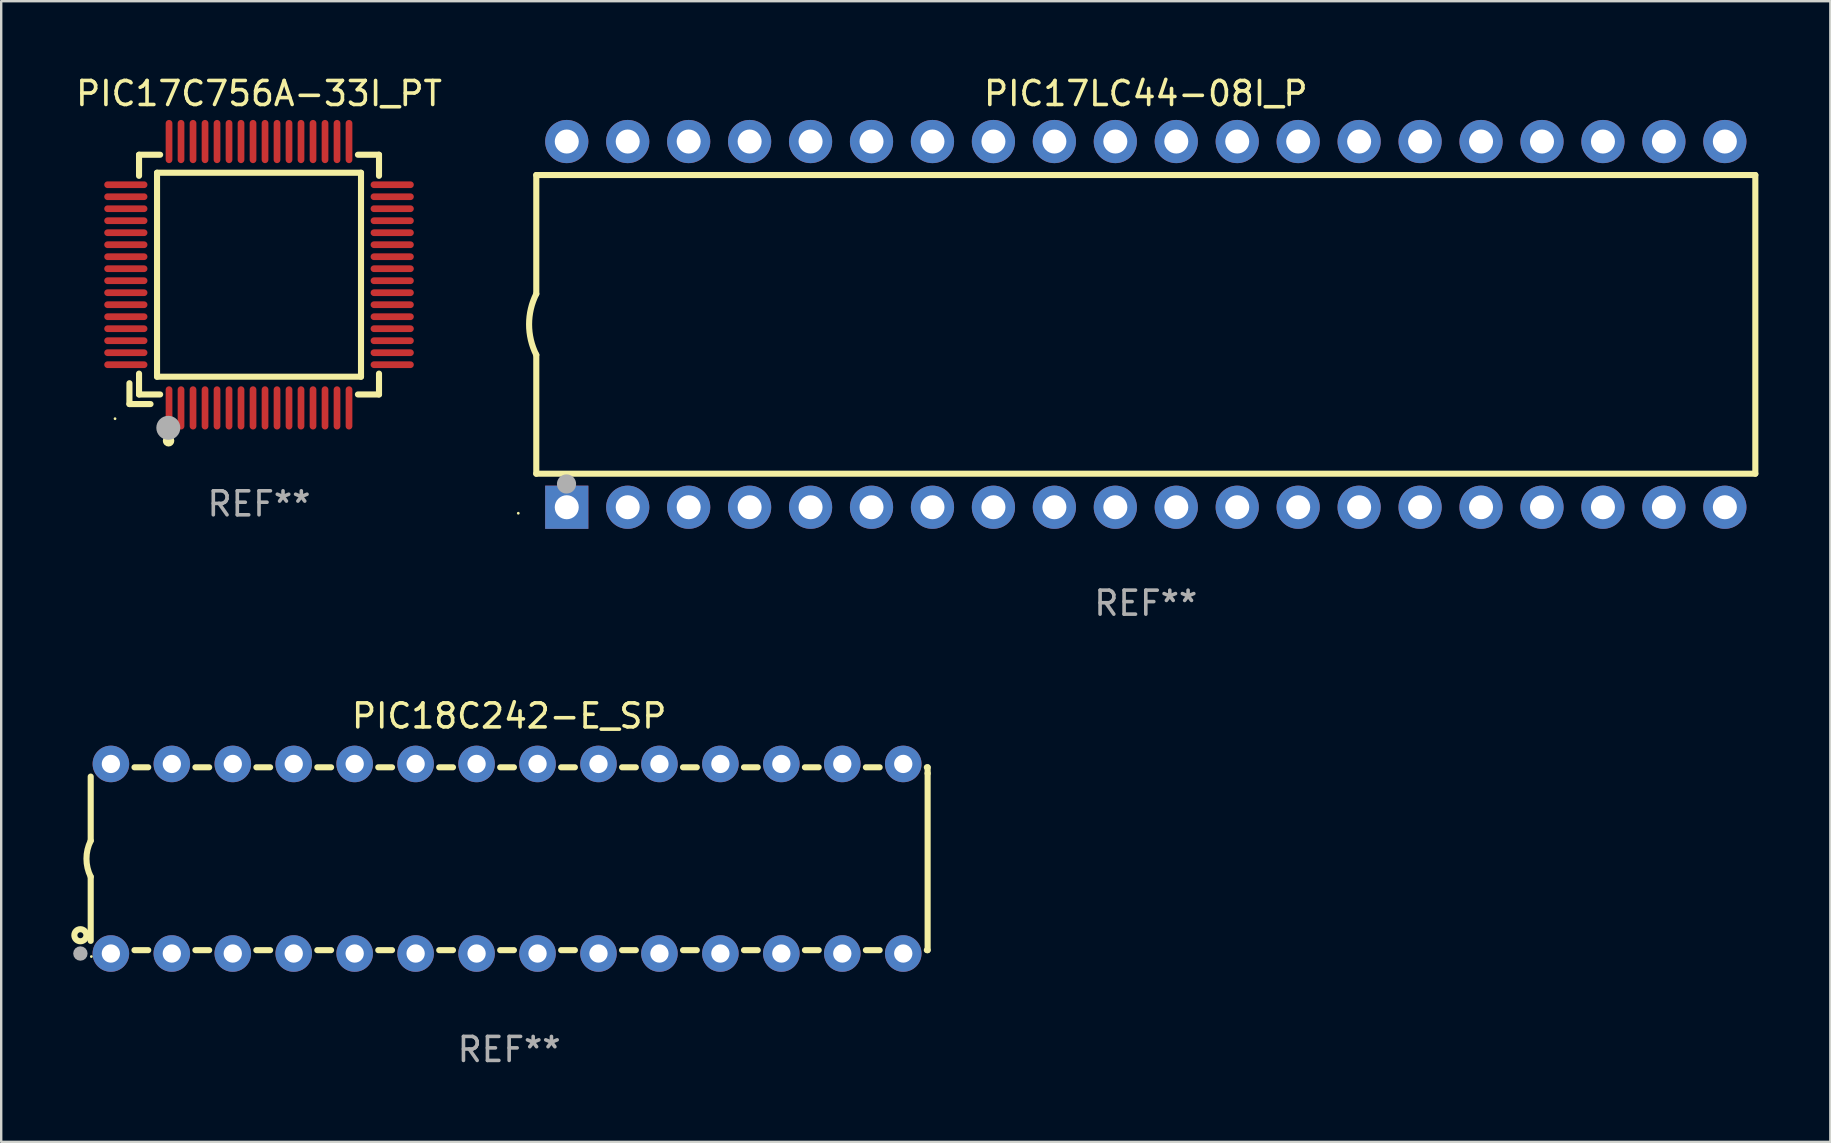
<source format=kicad_pcb>
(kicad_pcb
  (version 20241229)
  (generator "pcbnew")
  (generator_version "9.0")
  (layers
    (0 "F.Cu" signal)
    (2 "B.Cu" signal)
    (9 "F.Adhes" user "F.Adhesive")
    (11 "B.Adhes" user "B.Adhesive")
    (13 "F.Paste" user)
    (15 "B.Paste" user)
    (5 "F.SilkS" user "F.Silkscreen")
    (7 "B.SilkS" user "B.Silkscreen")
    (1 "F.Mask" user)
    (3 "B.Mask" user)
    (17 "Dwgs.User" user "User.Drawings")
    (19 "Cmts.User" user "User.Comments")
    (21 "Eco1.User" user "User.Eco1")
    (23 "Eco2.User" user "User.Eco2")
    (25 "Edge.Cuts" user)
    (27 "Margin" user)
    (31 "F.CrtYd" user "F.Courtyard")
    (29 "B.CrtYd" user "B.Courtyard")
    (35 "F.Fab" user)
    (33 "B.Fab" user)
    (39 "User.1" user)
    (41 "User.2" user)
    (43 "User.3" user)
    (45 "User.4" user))
  (footprint "PIC17LC44-08I_P"
    (layer "F.Cu")
    (at 44.698 10.468)
    (property "Reference" "PIC17LC44-08I_P" (at 0 -9.62 0) (layer "F.SilkS") (effects (font (size 1 1) (thickness 0.15))))
    (attr through_hole)
    (fp_line (start -25.4 -6.224) (end -25.4 -1.271) (stroke (width 0.254) (type solid)) (layer "F.SilkS"))
    (fp_line (start -25.4 -6.224) (end 25.4 -6.224) (stroke (width 0.254) (type solid)) (layer "F.SilkS"))
    (fp_line (start -25.4 1.269) (end -25.4 6.222) (stroke (width 0.254) (type solid)) (layer "F.SilkS"))
    (fp_line (start -25.4 6.222) (end 25.4 6.222) (stroke (width 0.254) (type solid)) (layer "F.SilkS"))
    (fp_line (start 25.4 6.222) (end 25.4 -6.224) (stroke (width 0.254) (type solid)) (layer "F.SilkS"))
    (fp_arc (start -25.4 1.269241) (mid -25.699807 -0.000762) (end -25.4 -1.270765) (stroke (width 0.254001) (type solid)) (layer "F.SilkS"))
    (fp_circle (center -26.15 7.87) (end -26.12 7.87) (stroke (width 0.06) (type solid)) (fill no) (layer "F.SilkS"))
    (fp_circle (center -24.14 6.65) (end -23.94 6.65) (stroke (width 0.4) (type solid)) (fill no) (layer "F.Fab"))
    (fp_text user "REF**" (at 0 11.62 0) (layer "F.Fab") (effects (font (size 1 1) (thickness 0.15))))
    (pad "1" thru_hole rect (at -24.13 7.62 90) (size 1.8 1.8) (drill 1) (layers "*.Cu" "*.Mask"))
    (pad "2" thru_hole circle (at -21.59 7.62) (size 1.8 1.8) (drill 1) (layers "*.Cu" "*.Mask"))
    (pad "3" thru_hole circle (at -19.05 7.62) (size 1.8 1.8) (drill 1) (layers "*.Cu" "*.Mask"))
    (pad "4" thru_hole circle (at -16.51 7.62) (size 1.8 1.8) (drill 1) (layers "*.Cu" "*.Mask"))
    (pad "5" thru_hole circle (at -13.97 7.62) (size 1.8 1.8) (drill 1) (layers "*.Cu" "*.Mask"))
    (pad "6" thru_hole circle (at -11.43 7.62) (size 1.8 1.8) (drill 1) (layers "*.Cu" "*.Mask"))
    (pad "7" thru_hole circle (at -8.89 7.62) (size 1.8 1.8) (drill 1) (layers "*.Cu" "*.Mask"))
    (pad "8" thru_hole circle (at -6.35 7.62) (size 1.8 1.8) (drill 1) (layers "*.Cu" "*.Mask"))
    (pad "9" thru_hole circle (at -3.81 7.62) (size 1.8 1.8) (drill 1) (layers "*.Cu" "*.Mask"))
    (pad "10" thru_hole circle (at -1.27 7.62) (size 1.8 1.8) (drill 1) (layers "*.Cu" "*.Mask"))
    (pad "11" thru_hole circle (at 1.27 7.62) (size 1.8 1.8) (drill 1) (layers "*.Cu" "*.Mask"))
    (pad "12" thru_hole circle (at 3.81 7.62) (size 1.8 1.8) (drill 1) (layers "*.Cu" "*.Mask"))
    (pad "13" thru_hole circle (at 6.35 7.62) (size 1.8 1.8) (drill 1) (layers "*.Cu" "*.Mask"))
    (pad "14" thru_hole circle (at 8.89 7.62) (size 1.8 1.8) (drill 1) (layers "*.Cu" "*.Mask"))
    (pad "15" thru_hole circle (at 11.43 7.62) (size 1.8 1.8) (drill 1) (layers "*.Cu" "*.Mask"))
    (pad "16" thru_hole circle (at 13.97 7.62) (size 1.8 1.8) (drill 1) (layers "*.Cu" "*.Mask"))
    (pad "17" thru_hole circle (at 16.51 7.62) (size 1.8 1.8) (drill 1) (layers "*.Cu" "*.Mask"))
    (pad "18" thru_hole circle (at 19.05 7.62) (size 1.8 1.8) (drill 1) (layers "*.Cu" "*.Mask"))
    (pad "19" thru_hole circle (at 21.59 7.62) (size 1.8 1.8) (drill 1) (layers "*.Cu" "*.Mask"))
    (pad "20" thru_hole circle (at 24.13 7.62) (size 1.8 1.8) (drill 1) (layers "*.Cu" "*.Mask"))
    (pad "21" thru_hole circle (at 24.13 -7.62) (size 1.8 1.8) (drill 1) (layers "*.Cu" "*.Mask"))
    (pad "22" thru_hole circle (at 21.59 -7.62) (size 1.8 1.8) (drill 1) (layers "*.Cu" "*.Mask"))
    (pad "23" thru_hole circle (at 19.05 -7.62) (size 1.8 1.8) (drill 1) (layers "*.Cu" "*.Mask"))
    (pad "24" thru_hole circle (at 16.51 -7.62) (size 1.8 1.8) (drill 1) (layers "*.Cu" "*.Mask"))
    (pad "25" thru_hole circle (at 13.97 -7.62) (size 1.8 1.8) (drill 1) (layers "*.Cu" "*.Mask"))
    (pad "26" thru_hole circle (at 11.43 -7.62) (size 1.8 1.8) (drill 1) (layers "*.Cu" "*.Mask"))
    (pad "27" thru_hole circle (at 8.89 -7.62) (size 1.8 1.8) (drill 1) (layers "*.Cu" "*.Mask"))
    (pad "28" thru_hole circle (at 6.35 -7.62) (size 1.8 1.8) (drill 1) (layers "*.Cu" "*.Mask"))
    (pad "29" thru_hole circle (at 3.81 -7.62) (size 1.8 1.8) (drill 1) (layers "*.Cu" "*.Mask"))
    (pad "30" thru_hole circle (at 1.27 -7.62) (size 1.8 1.8) (drill 1) (layers "*.Cu" "*.Mask"))
    (pad "31" thru_hole circle (at -1.27 -7.62) (size 1.8 1.8) (drill 1) (layers "*.Cu" "*.Mask"))
    (pad "32" thru_hole circle (at -3.81 -7.62) (size 1.8 1.8) (drill 1) (layers "*.Cu" "*.Mask"))
    (pad "33" thru_hole circle (at -6.35 -7.62) (size 1.8 1.8) (drill 1) (layers "*.Cu" "*.Mask"))
    (pad "34" thru_hole circle (at -8.89 -7.62) (size 1.8 1.8) (drill 1) (layers "*.Cu" "*.Mask"))
    (pad "35" thru_hole circle (at -11.43 -7.62) (size 1.8 1.8) (drill 1) (layers "*.Cu" "*.Mask"))
    (pad "36" thru_hole circle (at -13.97 -7.62) (size 1.8 1.8) (drill 1) (layers "*.Cu" "*.Mask"))
    (pad "37" thru_hole circle (at -16.51 -7.62) (size 1.8 1.8) (drill 1) (layers "*.Cu" "*.Mask"))
    (pad "38" thru_hole circle (at -19.05 -7.62) (size 1.8 1.8) (drill 1) (layers "*.Cu" "*.Mask"))
    (pad "39" thru_hole circle (at -21.59 -7.62) (size 1.8 1.8) (drill 1) (layers "*.Cu" "*.Mask"))
    (pad "40" thru_hole circle (at -24.13 -7.62) (size 1.8 1.8) (drill 1) (layers "*.Cu" "*.Mask")))
  (footprint "PIC18C242-E_SP"
    (layer "F.Cu")
    (at 18.168 32.735)
    (property "Reference" "PIC18C242-E_SP" (at 0 -5.95 0) (layer "F.SilkS") (effects (font (size 1 1) (thickness 0.15))))
    (attr through_hole)
    (fp_line (start -17.438 0.75) (end -17.438 3.423) (stroke (width 0.254) (type solid)) (layer "F.SilkS"))
    (fp_line (start -17.438 -3.423) (end -17.438 -0.75) (stroke (width 0.254) (type solid)) (layer "F.SilkS"))
    (fp_line (start -15.615 3.81) (end -15.041 3.81) (stroke (width 0.254) (type solid)) (layer "F.SilkS"))
    (fp_line (start -15.041 -3.81) (end -15.614 -3.81) (stroke (width 0.254) (type solid)) (layer "F.SilkS"))
    (fp_line (start -13.075 3.81) (end -12.501 3.81) (stroke (width 0.254) (type solid)) (layer "F.SilkS"))
    (fp_line (start -12.501 -3.81) (end -13.074 -3.81) (stroke (width 0.254) (type solid)) (layer "F.SilkS"))
    (fp_line (start -10.535 3.81) (end -9.961 3.81) (stroke (width 0.254) (type solid)) (layer "F.SilkS"))
    (fp_line (start -9.961 -3.81) (end -10.534 -3.81) (stroke (width 0.254) (type solid)) (layer "F.SilkS"))
    (fp_line (start -7.995 3.81) (end -7.421 3.81) (stroke (width 0.254) (type solid)) (layer "F.SilkS"))
    (fp_line (start -7.421 -3.81) (end -7.995 -3.81) (stroke (width 0.254) (type solid)) (layer "F.SilkS"))
    (fp_line (start -5.455 3.81) (end -4.881 3.81) (stroke (width 0.254) (type solid)) (layer "F.SilkS"))
    (fp_line (start -4.881 -3.81) (end -5.455 -3.81) (stroke (width 0.254) (type solid)) (layer "F.SilkS"))
    (fp_line (start -2.915 3.81) (end -2.341 3.81) (stroke (width 0.254) (type solid)) (layer "F.SilkS"))
    (fp_line (start -2.341 -3.81) (end -2.915 -3.81) (stroke (width 0.254) (type solid)) (layer "F.SilkS"))
    (fp_line (start -0.375 3.81) (end 0.199 3.81) (stroke (width 0.254) (type solid)) (layer "F.SilkS"))
    (fp_line (start 0.199 -3.81) (end -0.375 -3.81) (stroke (width 0.254) (type solid)) (layer "F.SilkS"))
    (fp_line (start 2.165 3.81) (end 2.739 3.81) (stroke (width 0.254) (type solid)) (layer "F.SilkS"))
    (fp_line (start 2.739 -3.81) (end 2.165 -3.81) (stroke (width 0.254) (type solid)) (layer "F.SilkS"))
    (fp_line (start 4.705 3.81) (end 5.279 3.81) (stroke (width 0.254) (type solid)) (layer "F.SilkS"))
    (fp_line (start 5.279 -3.81) (end 4.705 -3.81) (stroke (width 0.254) (type solid)) (layer "F.SilkS"))
    (fp_line (start 7.245 3.81) (end 7.819 3.81) (stroke (width 0.254) (type solid)) (layer "F.SilkS"))
    (fp_line (start 7.819 -3.81) (end 7.245 -3.81) (stroke (width 0.254) (type solid)) (layer "F.SilkS"))
    (fp_line (start 9.785 3.81) (end 10.359 3.81) (stroke (width 0.254) (type solid)) (layer "F.SilkS"))
    (fp_line (start 10.359 -3.81) (end 9.785 -3.81) (stroke (width 0.254) (type solid)) (layer "F.SilkS"))
    (fp_line (start 12.325 3.81) (end 12.899 3.81) (stroke (width 0.254) (type solid)) (layer "F.SilkS"))
    (fp_line (start 12.899 -3.81) (end 12.325 -3.81) (stroke (width 0.254) (type solid)) (layer "F.SilkS"))
    (fp_line (start 14.865 3.81) (end 15.439 3.81) (stroke (width 0.254) (type solid)) (layer "F.SilkS"))
    (fp_line (start 15.439 -3.81) (end 14.865 -3.81) (stroke (width 0.254) (type solid)) (layer "F.SilkS"))
    (fp_line (start 17.405 3.81) (end 17.438 3.81) (stroke (width 0.254) (type solid)) (layer "F.SilkS"))
    (fp_line (start 17.438 -3.81) (end 17.405 -3.81) (stroke (width 0.254) (type solid)) (layer "F.SilkS"))
    (fp_line (start 17.438 -3.556) (end 17.438 -3.81) (stroke (width 0.254) (type solid)) (layer "F.SilkS"))
    (fp_line (start 17.438 3.81) (end 17.438 -3.556) (stroke (width 0.254) (type solid)) (layer "F.SilkS"))
    (fp_arc (start -17.437986 0.749657) (mid -17.614887 -0.000024) (end -17.437783 -0.749657) (stroke (width 0.254001) (type solid)) (layer "F.SilkS"))
    (fp_circle (center -17.868 3.188) (end -17.743 3.188) (stroke (width 0.254) (type solid)) (fill no) (layer "F.SilkS"))
    (fp_circle (center -17.411 4.077) (end -17.381 4.077) (stroke (width 0.06) (type solid)) (fill no) (layer "F.SilkS"))
    (fp_circle (center -17.868 3.95) (end -17.718 3.95) (stroke (width 0.3) (type solid)) (fill no) (layer "F.Fab"))
    (fp_text user "REF**" (at 0 7.95 0) (layer "F.Fab") (effects (font (size 1 1) (thickness 0.15))))
    (pad "1" thru_hole circle (at -16.598 3.95) (size 1.524 1.524) (drill 0.762) (layers "*.Cu" "*.Mask"))
    (pad "2" thru_hole circle (at -14.058 3.95) (size 1.524 1.524) (drill 0.762) (layers "*.Cu" "*.Mask"))
    (pad "3" thru_hole circle (at -11.518 3.95) (size 1.524 1.524) (drill 0.762) (layers "*.Cu" "*.Mask"))
    (pad "4" thru_hole circle (at -8.978 3.95) (size 1.524 1.524) (drill 0.762) (layers "*.Cu" "*.Mask"))
    (pad "5" thru_hole circle (at -6.438 3.95) (size 1.524 1.524) (drill 0.762) (layers "*.Cu" "*.Mask"))
    (pad "6" thru_hole circle (at -3.898 3.95) (size 1.524 1.524) (drill 0.762) (layers "*.Cu" "*.Mask"))
    (pad "7" thru_hole circle (at -1.358 3.95) (size 1.524 1.524) (drill 0.762) (layers "*.Cu" "*.Mask"))
    (pad "8" thru_hole circle (at 1.182 3.95) (size 1.524 1.524) (drill 0.762) (layers "*.Cu" "*.Mask"))
    (pad "9" thru_hole circle (at 3.722 3.95) (size 1.524 1.524) (drill 0.762) (layers "*.Cu" "*.Mask"))
    (pad "10" thru_hole circle (at 6.262 3.95) (size 1.524 1.524) (drill 0.762) (layers "*.Cu" "*.Mask"))
    (pad "11" thru_hole circle (at 8.802 3.95) (size 1.524 1.524) (drill 0.762) (layers "*.Cu" "*.Mask"))
    (pad "12" thru_hole circle (at 11.342 3.95) (size 1.524 1.524) (drill 0.762) (layers "*.Cu" "*.Mask"))
    (pad "13" thru_hole circle (at 13.882 3.95) (size 1.524 1.524) (drill 0.762) (layers "*.Cu" "*.Mask"))
    (pad "14" thru_hole circle (at 16.422 3.95) (size 1.524 1.524) (drill 0.762) (layers "*.Cu" "*.Mask"))
    (pad "15" thru_hole circle (at 16.422 -3.95) (size 1.524 1.524) (drill 0.762) (layers "*.Cu" "*.Mask"))
    (pad "16" thru_hole circle (at 13.882 -3.95) (size 1.524 1.524) (drill 0.762) (layers "*.Cu" "*.Mask"))
    (pad "17" thru_hole circle (at 11.342 -3.95) (size 1.524 1.524) (drill 0.762) (layers "*.Cu" "*.Mask"))
    (pad "18" thru_hole circle (at 8.802 -3.95) (size 1.524 1.524) (drill 0.762) (layers "*.Cu" "*.Mask"))
    (pad "19" thru_hole circle (at 6.262 -3.95) (size 1.524 1.524) (drill 0.762) (layers "*.Cu" "*.Mask"))
    (pad "20" thru_hole circle (at 3.722 -3.95) (size 1.524 1.524) (drill 0.762) (layers "*.Cu" "*.Mask"))
    (pad "21" thru_hole circle (at 1.182 -3.95) (size 1.524 1.524) (drill 0.762) (layers "*.Cu" "*.Mask"))
    (pad "22" thru_hole circle (at -1.358 -3.95) (size 1.524 1.524) (drill 0.762) (layers "*.Cu" "*.Mask"))
    (pad "23" thru_hole circle (at -3.898 -3.95) (size 1.524 1.524) (drill 0.762) (layers "*.Cu" "*.Mask"))
    (pad "24" thru_hole circle (at -6.438 -3.95) (size 1.524 1.524) (drill 0.762) (layers "*.Cu" "*.Mask"))
    (pad "25" thru_hole circle (at -8.978 -3.95) (size 1.524 1.524) (drill 0.762) (layers "*.Cu" "*.Mask"))
    (pad "26" thru_hole circle (at -11.517 -3.95) (size 1.524 1.524) (drill 0.762) (layers "*.Cu" "*.Mask"))
    (pad "27" thru_hole circle (at -14.057 -3.95) (size 1.524 1.524) (drill 0.762) (layers "*.Cu" "*.Mask"))
    (pad "28" thru_hole circle (at -16.597 -3.95) (size 1.524 1.524) (drill 0.762) (layers "*.Cu" "*.Mask")))
  (footprint "PIC17C756A-33I_PT"
    (layer "F.Cu")
    (at 7.744 8.398)
    (property "Reference" "PIC17C756A-33I_PT" (at 0 -7.55 0) (layer "F.SilkS") (effects (font (size 1 1) (thickness 0.15))))
    (attr through_hole)
    (fp_line (start -5.4 4.521) (end -5.4 5.39) (stroke (width 0.254) (type solid)) (layer "F.SilkS"))
    (fp_line (start -5.4 5.39) (end -4.521 5.39) (stroke (width 0.254) (type solid)) (layer "F.SilkS"))
    (fp_line (start -5 -5) (end -5 -4.121) (stroke (width 0.254) (type solid)) (layer "F.SilkS"))
    (fp_line (start -5 4.121) (end -5 4.99) (stroke (width 0.254) (type solid)) (layer "F.SilkS"))
    (fp_line (start -5 4.99) (end -4.121 4.99) (stroke (width 0.254) (type solid)) (layer "F.SilkS"))
    (fp_line (start -4.25 -4.25) (end -4.25 4.25) (stroke (width 0.254) (type solid)) (layer "F.SilkS"))
    (fp_line (start -4.25 4.25) (end 4.25 4.25) (stroke (width 0.254) (type solid)) (layer "F.SilkS"))
    (fp_line (start -4.121 -5) (end -5 -5) (stroke (width 0.254) (type solid)) (layer "F.SilkS"))
    (fp_line (start 4.121 4.99) (end 5 4.99) (stroke (width 0.254) (type solid)) (layer "F.SilkS"))
    (fp_line (start 4.25 -4.25) (end -4.25 -4.25) (stroke (width 0.254) (type solid)) (layer "F.SilkS"))
    (fp_line (start 4.25 4.25) (end 4.25 -4.25) (stroke (width 0.254) (type solid)) (layer "F.SilkS"))
    (fp_line (start 5 -5) (end 4.121 -5) (stroke (width 0.254) (type solid)) (layer "F.SilkS"))
    (fp_line (start 5 -4.121) (end 5 -5) (stroke (width 0.254) (type solid)) (layer "F.SilkS"))
    (fp_line (start 5 4.99) (end 5 4.121) (stroke (width 0.254) (type solid)) (layer "F.SilkS"))
    (fp_circle (center -6 6) (end -5.97 6) (stroke (width 0.06) (type solid)) (fill no) (layer "F.SilkS"))
    (fp_circle (center -3.77 6.92) (end -3.65 6.92) (stroke (width 0.24) (type solid)) (fill no) (layer "F.SilkS"))
    (fp_circle (center -3.78 6.38) (end -3.53 6.38) (stroke (width 0.5) (type solid)) (fill no) (layer "F.Fab"))
    (fp_text user "REF**" (at 0 9.55 0) (layer "F.Fab") (effects (font (size 1 1) (thickness 0.15))))
    (pad "1" smd oval (at -3.75 5.55) (size 0.28 1.8) (layers "F.Cu" "F.Mask" "F.Paste"))
    (pad "2" smd oval (at -3.25 5.55) (size 0.28 1.8) (layers "F.Cu" "F.Mask" "F.Paste"))
    (pad "3" smd oval (at -2.75 5.55) (size 0.28 1.8) (layers "F.Cu" "F.Mask" "F.Paste"))
    (pad "4" smd oval (at -2.25 5.55) (size 0.28 1.8) (layers "F.Cu" "F.Mask" "F.Paste"))
    (pad "5" smd oval (at -1.75 5.55) (size 0.28 1.8) (layers "F.Cu" "F.Mask" "F.Paste"))
    (pad "6" smd oval (at -1.25 5.55) (size 0.28 1.8) (layers "F.Cu" "F.Mask" "F.Paste"))
    (pad "7" smd oval (at -0.75 5.55) (size 0.28 1.8) (layers "F.Cu" "F.Mask" "F.Paste"))
    (pad "8" smd oval (at -0.25 5.55) (size 0.28 1.8) (layers "F.Cu" "F.Mask" "F.Paste"))
    (pad "9" smd oval (at 0.25 5.55) (size 0.28 1.8) (layers "F.Cu" "F.Mask" "F.Paste"))
    (pad "10" smd oval (at 0.75 5.55) (size 0.28 1.8) (layers "F.Cu" "F.Mask" "F.Paste"))
    (pad "11" smd oval (at 1.25 5.55) (size 0.28 1.8) (layers "F.Cu" "F.Mask" "F.Paste"))
    (pad "12" smd oval (at 1.75 5.55) (size 0.28 1.8) (layers "F.Cu" "F.Mask" "F.Paste"))
    (pad "13" smd oval (at 2.25 5.55) (size 0.28 1.8) (layers "F.Cu" "F.Mask" "F.Paste"))
    (pad "14" smd oval (at 2.75 5.55) (size 0.28 1.8) (layers "F.Cu" "F.Mask" "F.Paste"))
    (pad "15" smd oval (at 3.25 5.55) (size 0.28 1.8) (layers "F.Cu" "F.Mask" "F.Paste"))
    (pad "16" smd oval (at 3.75 5.55) (size 0.28 1.8) (layers "F.Cu" "F.Mask" "F.Paste"))
    (pad "17" smd oval (at 5.55 3.75) (size 1.8 0.28) (layers "F.Cu" "F.Mask" "F.Paste"))
    (pad "18" smd oval (at 5.55 3.25) (size 1.8 0.28) (layers "F.Cu" "F.Mask" "F.Paste"))
    (pad "19" smd oval (at 5.55 2.75) (size 1.8 0.28) (layers "F.Cu" "F.Mask" "F.Paste"))
    (pad "20" smd oval (at 5.55 2.25) (size 1.8 0.28) (layers "F.Cu" "F.Mask" "F.Paste"))
    (pad "21" smd oval (at 5.55 1.75) (size 1.8 0.28) (layers "F.Cu" "F.Mask" "F.Paste"))
    (pad "22" smd oval (at 5.55 1.25) (size 1.8 0.28) (layers "F.Cu" "F.Mask" "F.Paste"))
    (pad "23" smd oval (at 5.55 0.75) (size 1.8 0.28) (layers "F.Cu" "F.Mask" "F.Paste"))
    (pad "24" smd oval (at 5.55 0.25) (size 1.8 0.28) (layers "F.Cu" "F.Mask" "F.Paste"))
    (pad "25" smd oval (at 5.55 -0.25) (size 1.8 0.28) (layers "F.Cu" "F.Mask" "F.Paste"))
    (pad "26" smd oval (at 5.55 -0.75) (size 1.8 0.28) (layers "F.Cu" "F.Mask" "F.Paste"))
    (pad "27" smd oval (at 5.55 -1.25) (size 1.8 0.28) (layers "F.Cu" "F.Mask" "F.Paste"))
    (pad "28" smd oval (at 5.55 -1.75) (size 1.8 0.28) (layers "F.Cu" "F.Mask" "F.Paste"))
    (pad "29" smd oval (at 5.55 -2.25) (size 1.8 0.28) (layers "F.Cu" "F.Mask" "F.Paste"))
    (pad "30" smd oval (at 5.55 -2.75) (size 1.8 0.28) (layers "F.Cu" "F.Mask" "F.Paste"))
    (pad "31" smd oval (at 5.55 -3.25) (size 1.8 0.28) (layers "F.Cu" "F.Mask" "F.Paste"))
    (pad "32" smd oval (at 5.55 -3.75) (size 1.8 0.28) (layers "F.Cu" "F.Mask" "F.Paste"))
    (pad "33" smd oval (at 3.75 -5.55) (size 0.28 1.8) (layers "F.Cu" "F.Mask" "F.Paste"))
    (pad "34" smd oval (at 3.25 -5.55) (size 0.28 1.8) (layers "F.Cu" "F.Mask" "F.Paste"))
    (pad "35" smd oval (at 2.75 -5.55) (size 0.28 1.8) (layers "F.Cu" "F.Mask" "F.Paste"))
    (pad "36" smd oval (at 2.25 -5.55) (size 0.28 1.8) (layers "F.Cu" "F.Mask" "F.Paste"))
    (pad "37" smd oval (at 1.75 -5.55) (size 0.28 1.8) (layers "F.Cu" "F.Mask" "F.Paste"))
    (pad "38" smd oval (at 1.25 -5.55) (size 0.28 1.8) (layers "F.Cu" "F.Mask" "F.Paste"))
    (pad "39" smd oval (at 0.75 -5.55) (size 0.28 1.8) (layers "F.Cu" "F.Mask" "F.Paste"))
    (pad "40" smd oval (at 0.25 -5.55) (size 0.28 1.8) (layers "F.Cu" "F.Mask" "F.Paste"))
    (pad "41" smd oval (at -0.25 -5.55) (size 0.28 1.8) (layers "F.Cu" "F.Mask" "F.Paste"))
    (pad "42" smd oval (at -0.75 -5.55) (size 0.28 1.8) (layers "F.Cu" "F.Mask" "F.Paste"))
    (pad "43" smd oval (at -1.25 -5.55) (size 0.28 1.8) (layers "F.Cu" "F.Mask" "F.Paste"))
    (pad "44" smd oval (at -1.75 -5.55) (size 0.28 1.8) (layers "F.Cu" "F.Mask" "F.Paste"))
    (pad "45" smd oval (at -2.25 -5.55) (size 0.28 1.8) (layers "F.Cu" "F.Mask" "F.Paste"))
    (pad "46" smd oval (at -2.75 -5.55) (size 0.28 1.8) (layers "F.Cu" "F.Mask" "F.Paste"))
    (pad "47" smd oval (at -3.25 -5.55) (size 0.28 1.8) (layers "F.Cu" "F.Mask" "F.Paste"))
    (pad "48" smd oval (at -3.75 -5.55) (size 0.28 1.8) (layers "F.Cu" "F.Mask" "F.Paste"))
    (pad "49" smd oval (at -5.55 -3.75) (size 1.8 0.28) (layers "F.Cu" "F.Mask" "F.Paste"))
    (pad "50" smd oval (at -5.55 -3.25) (size 1.8 0.28) (layers "F.Cu" "F.Mask" "F.Paste"))
    (pad "51" smd oval (at -5.55 -2.75) (size 1.8 0.28) (layers "F.Cu" "F.Mask" "F.Paste"))
    (pad "52" smd oval (at -5.55 -2.25) (size 1.8 0.28) (layers "F.Cu" "F.Mask" "F.Paste"))
    (pad "53" smd oval (at -5.55 -1.75) (size 1.8 0.28) (layers "F.Cu" "F.Mask" "F.Paste"))
    (pad "54" smd oval (at -5.55 -1.25) (size 1.8 0.28) (layers "F.Cu" "F.Mask" "F.Paste"))
    (pad "55" smd oval (at -5.55 -0.75) (size 1.8 0.28) (layers "F.Cu" "F.Mask" "F.Paste"))
    (pad "56" smd oval (at -5.55 -0.25) (size 1.8 0.28) (layers "F.Cu" "F.Mask" "F.Paste"))
    (pad "57" smd oval (at -5.55 0.25) (size 1.8 0.28) (layers "F.Cu" "F.Mask" "F.Paste"))
    (pad "58" smd oval (at -5.55 0.75) (size 1.8 0.28) (layers "F.Cu" "F.Mask" "F.Paste"))
    (pad "59" smd oval (at -5.55 1.25) (size 1.8 0.28) (layers "F.Cu" "F.Mask" "F.Paste"))
    (pad "60" smd oval (at -5.55 1.75) (size 1.8 0.28) (layers "F.Cu" "F.Mask" "F.Paste"))
    (pad "61" smd oval (at -5.55 2.25) (size 1.8 0.28) (layers "F.Cu" "F.Mask" "F.Paste"))
    (pad "62" smd oval (at -5.55 2.75) (size 1.8 0.28) (layers "F.Cu" "F.Mask" "F.Paste"))
    (pad "63" smd oval (at -5.55 3.25) (size 1.8 0.28) (layers "F.Cu" "F.Mask" "F.Paste"))
    (pad "64" smd oval (at -5.55 3.75) (size 1.8 0.28) (layers "F.Cu" "F.Mask" "F.Paste")))
  (gr_rect
    (start -3 -3)
    (end 73.225 44.533)
    (stroke (width 0.1) (type default))
    (fill no)
    (layer "Edge.Cuts")))
</source>
